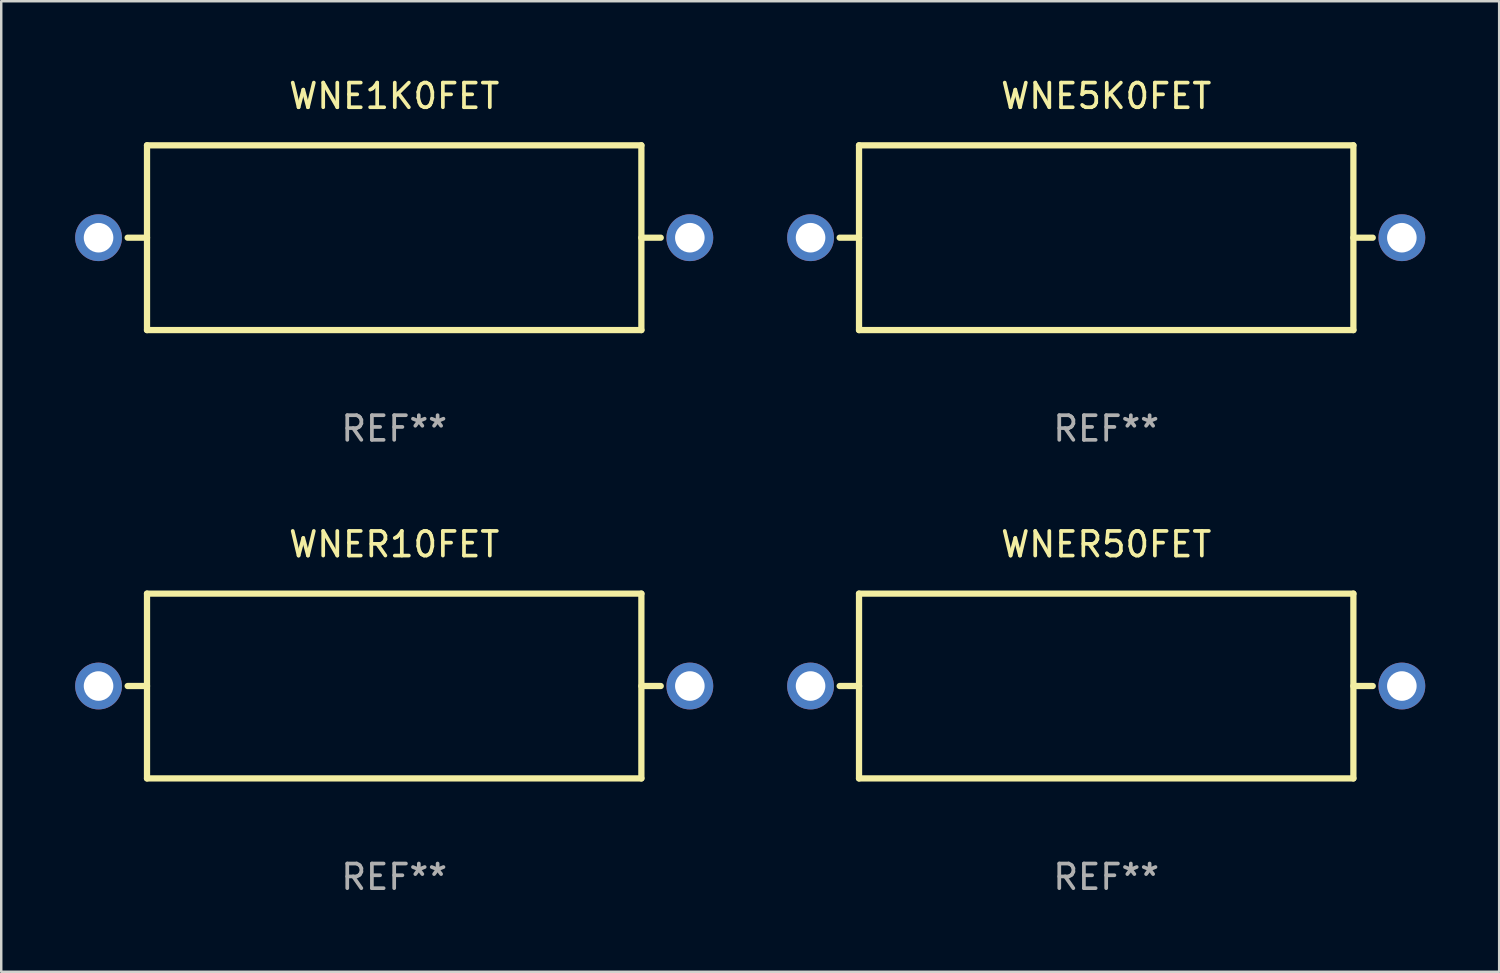
<source format=kicad_pcb>
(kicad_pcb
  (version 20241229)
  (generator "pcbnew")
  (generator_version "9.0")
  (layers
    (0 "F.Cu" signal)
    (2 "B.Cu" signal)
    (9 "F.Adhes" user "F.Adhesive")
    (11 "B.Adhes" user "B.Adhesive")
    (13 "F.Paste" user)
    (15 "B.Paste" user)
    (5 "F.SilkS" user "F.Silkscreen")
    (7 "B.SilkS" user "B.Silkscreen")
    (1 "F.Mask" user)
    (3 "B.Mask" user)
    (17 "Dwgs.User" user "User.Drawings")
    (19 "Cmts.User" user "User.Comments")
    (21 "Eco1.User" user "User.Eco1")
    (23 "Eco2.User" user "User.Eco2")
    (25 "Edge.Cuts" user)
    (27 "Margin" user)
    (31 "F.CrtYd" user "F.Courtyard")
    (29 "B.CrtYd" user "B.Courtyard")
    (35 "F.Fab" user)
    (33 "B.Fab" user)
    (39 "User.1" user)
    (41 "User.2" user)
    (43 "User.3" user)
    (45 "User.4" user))
  (footprint "WNER10FET"
    (layer "F.Cu")
    (at 12.95 24.795)
    (property "Reference" "WNER10FET" (at 0 -5.75 0) (layer "F.SilkS") (effects (font (size 1 1) (thickness 0.15))))
    (attr through_hole)
    (fp_line (start -10.819 0) (end -10.033 0) (stroke (width 0.254) (type solid)) (layer "F.SilkS"))
    (fp_line (start -10.033 -3.75) (end -10.033 3.75) (stroke (width 0.254) (type solid)) (layer "F.SilkS"))
    (fp_line (start -10.033 -3.75) (end 10.033 -3.75) (stroke (width 0.254) (type solid)) (layer "F.SilkS"))
    (fp_line (start -10.033 3.75) (end 10.033 3.75) (stroke (width 0.254) (type solid)) (layer "F.SilkS"))
    (fp_line (start 10.033 -3.75) (end 10.033 3.75) (stroke (width 0.254) (type solid)) (layer "F.SilkS"))
    (fp_line (start 10.819 0) (end 10.033 0) (stroke (width 0.254) (type solid)) (layer "F.SilkS"))
    (fp_text user "REF**" (at 0 7.75 0) (layer "F.Fab") (effects (font (size 1 1) (thickness 0.15))))
    (pad "1" thru_hole circle (at -12 0) (size 1.9 1.9) (drill 1.2) (layers "*.Cu" "*.Mask"))
    (pad "2" thru_hole circle (at 12 0) (size 1.9 1.9) (drill 1.2) (layers "*.Cu" "*.Mask")))
  (footprint "WNER50FET"
    (layer "F.Cu")
    (at 41.85 24.795)
    (property "Reference" "WNER50FET" (at 0 -5.75 0) (layer "F.SilkS") (effects (font (size 1 1) (thickness 0.15))))
    (attr through_hole)
    (fp_line (start -10.819 0) (end -10.033 0) (stroke (width 0.254) (type solid)) (layer "F.SilkS"))
    (fp_line (start -10.033 -3.75) (end -10.033 3.75) (stroke (width 0.254) (type solid)) (layer "F.SilkS"))
    (fp_line (start -10.033 -3.75) (end 10.033 -3.75) (stroke (width 0.254) (type solid)) (layer "F.SilkS"))
    (fp_line (start -10.033 3.75) (end 10.033 3.75) (stroke (width 0.254) (type solid)) (layer "F.SilkS"))
    (fp_line (start 10.033 -3.75) (end 10.033 3.75) (stroke (width 0.254) (type solid)) (layer "F.SilkS"))
    (fp_line (start 10.819 0) (end 10.033 0) (stroke (width 0.254) (type solid)) (layer "F.SilkS"))
    (fp_text user "REF**" (at 0 7.75 0) (layer "F.Fab") (effects (font (size 1 1) (thickness 0.15))))
    (pad "1" thru_hole circle (at -12 0) (size 1.9 1.9) (drill 1.2) (layers "*.Cu" "*.Mask"))
    (pad "2" thru_hole circle (at 12 0) (size 1.9 1.9) (drill 1.2) (layers "*.Cu" "*.Mask")))
  (footprint "WNE5K0FET"
    (layer "F.Cu")
    (at 41.85 6.598)
    (property "Reference" "WNE5K0FET" (at 0 -5.75 0) (layer "F.SilkS") (effects (font (size 1 1) (thickness 0.15))))
    (attr through_hole)
    (fp_line (start -10.819 0) (end -10.033 0) (stroke (width 0.254) (type solid)) (layer "F.SilkS"))
    (fp_line (start -10.033 -3.75) (end -10.033 3.75) (stroke (width 0.254) (type solid)) (layer "F.SilkS"))
    (fp_line (start -10.033 -3.75) (end 10.033 -3.75) (stroke (width 0.254) (type solid)) (layer "F.SilkS"))
    (fp_line (start -10.033 3.75) (end 10.033 3.75) (stroke (width 0.254) (type solid)) (layer "F.SilkS"))
    (fp_line (start 10.033 -3.75) (end 10.033 3.75) (stroke (width 0.254) (type solid)) (layer "F.SilkS"))
    (fp_line (start 10.819 0) (end 10.033 0) (stroke (width 0.254) (type solid)) (layer "F.SilkS"))
    (fp_text user "REF**" (at 0 7.75 0) (layer "F.Fab") (effects (font (size 1 1) (thickness 0.15))))
    (pad "1" thru_hole circle (at -12 0) (size 1.9 1.9) (drill 1.2) (layers "*.Cu" "*.Mask"))
    (pad "2" thru_hole circle (at 12 0) (size 1.9 1.9) (drill 1.2) (layers "*.Cu" "*.Mask")))
  (footprint "WNE1K0FET"
    (layer "F.Cu")
    (at 12.95 6.598)
    (property "Reference" "WNE1K0FET" (at 0 -5.75 0) (layer "F.SilkS") (effects (font (size 1 1) (thickness 0.15))))
    (attr through_hole)
    (fp_line (start -10.819 0) (end -10.033 0) (stroke (width 0.254) (type solid)) (layer "F.SilkS"))
    (fp_line (start -10.033 -3.75) (end -10.033 3.75) (stroke (width 0.254) (type solid)) (layer "F.SilkS"))
    (fp_line (start -10.033 -3.75) (end 10.033 -3.75) (stroke (width 0.254) (type solid)) (layer "F.SilkS"))
    (fp_line (start -10.033 3.75) (end 10.033 3.75) (stroke (width 0.254) (type solid)) (layer "F.SilkS"))
    (fp_line (start 10.033 -3.75) (end 10.033 3.75) (stroke (width 0.254) (type solid)) (layer "F.SilkS"))
    (fp_line (start 10.819 0) (end 10.033 0) (stroke (width 0.254) (type solid)) (layer "F.SilkS"))
    (fp_text user "REF**" (at 0 7.75 0) (layer "F.Fab") (effects (font (size 1 1) (thickness 0.15))))
    (pad "1" thru_hole circle (at -12 0) (size 1.9 1.9) (drill 1.2) (layers "*.Cu" "*.Mask"))
    (pad "2" thru_hole circle (at 12 0) (size 1.9 1.9) (drill 1.2) (layers "*.Cu" "*.Mask")))
  (gr_rect
    (start -3 -3)
    (end 57.8 36.393)
    (stroke (width 0.1) (type default))
    (fill no)
    (layer "Edge.Cuts")))
</source>
